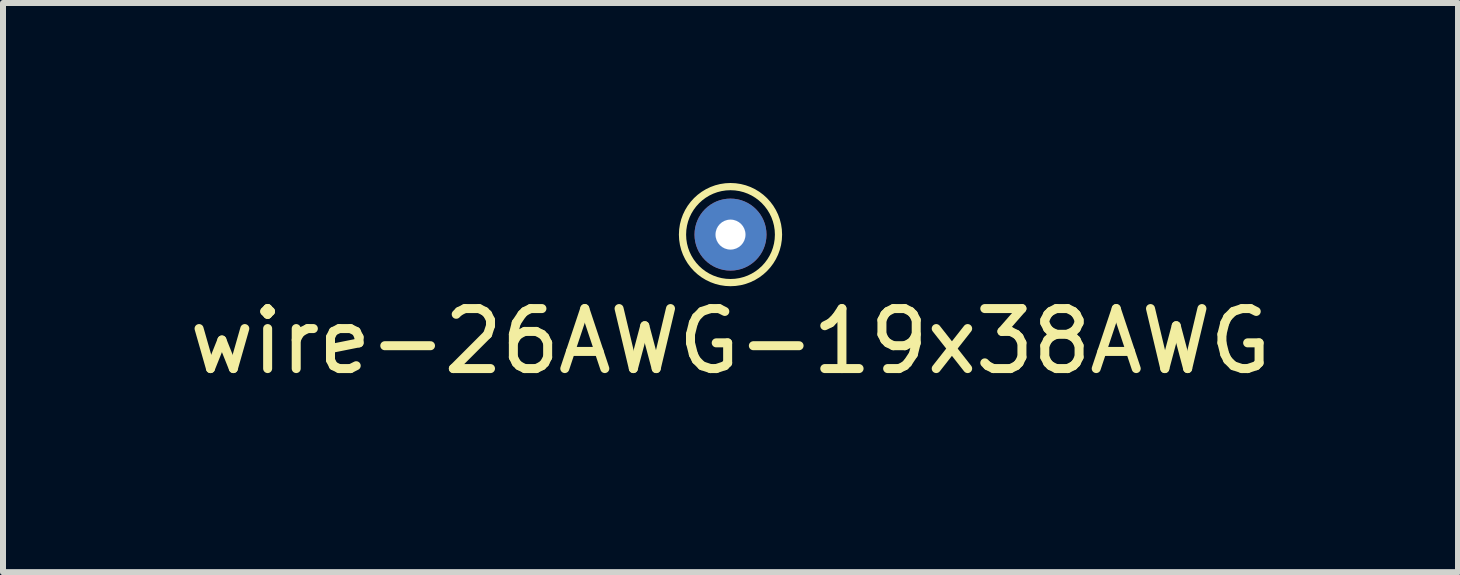
<source format=kicad_pcb>
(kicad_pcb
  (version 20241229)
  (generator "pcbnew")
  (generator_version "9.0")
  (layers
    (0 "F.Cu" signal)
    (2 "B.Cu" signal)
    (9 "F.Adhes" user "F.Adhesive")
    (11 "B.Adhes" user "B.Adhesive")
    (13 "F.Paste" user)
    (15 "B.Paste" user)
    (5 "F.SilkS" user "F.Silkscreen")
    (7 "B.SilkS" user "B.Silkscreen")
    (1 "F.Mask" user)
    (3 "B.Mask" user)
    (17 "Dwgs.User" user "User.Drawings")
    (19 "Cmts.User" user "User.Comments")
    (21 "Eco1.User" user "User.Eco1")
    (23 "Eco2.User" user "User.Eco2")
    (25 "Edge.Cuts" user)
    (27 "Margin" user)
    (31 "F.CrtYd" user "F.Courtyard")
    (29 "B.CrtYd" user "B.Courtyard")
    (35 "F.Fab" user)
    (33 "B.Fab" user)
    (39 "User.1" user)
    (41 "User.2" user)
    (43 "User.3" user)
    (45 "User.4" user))
  (footprint "wire-26AWG-19x38AWG"
    (layer "F.Cu")
    (at 9.125 0.86)
    (property "Reference" "wire-26AWG-19x38AWG" (at 0 1.778 0) (layer "F.SilkS") (effects (font (size 1 1) (thickness 0.15))))
    (attr through_hole)
    (fp_circle (center 0 0) (end 0 -0.8) (stroke (width 0.12) (type solid)) (fill no) (layer "F.SilkS"))
    (pad "1" thru_hole circle (at 0 0) (size 1.2 1.2) (drill 0.5) (layers "*.Cu" "*.Mask")))
  (gr_rect
    (start -3 -3)
    (end 21.25 6.486)
    (stroke (width 0.1) (type default))
    (fill no)
    (layer "Edge.Cuts")))
</source>
